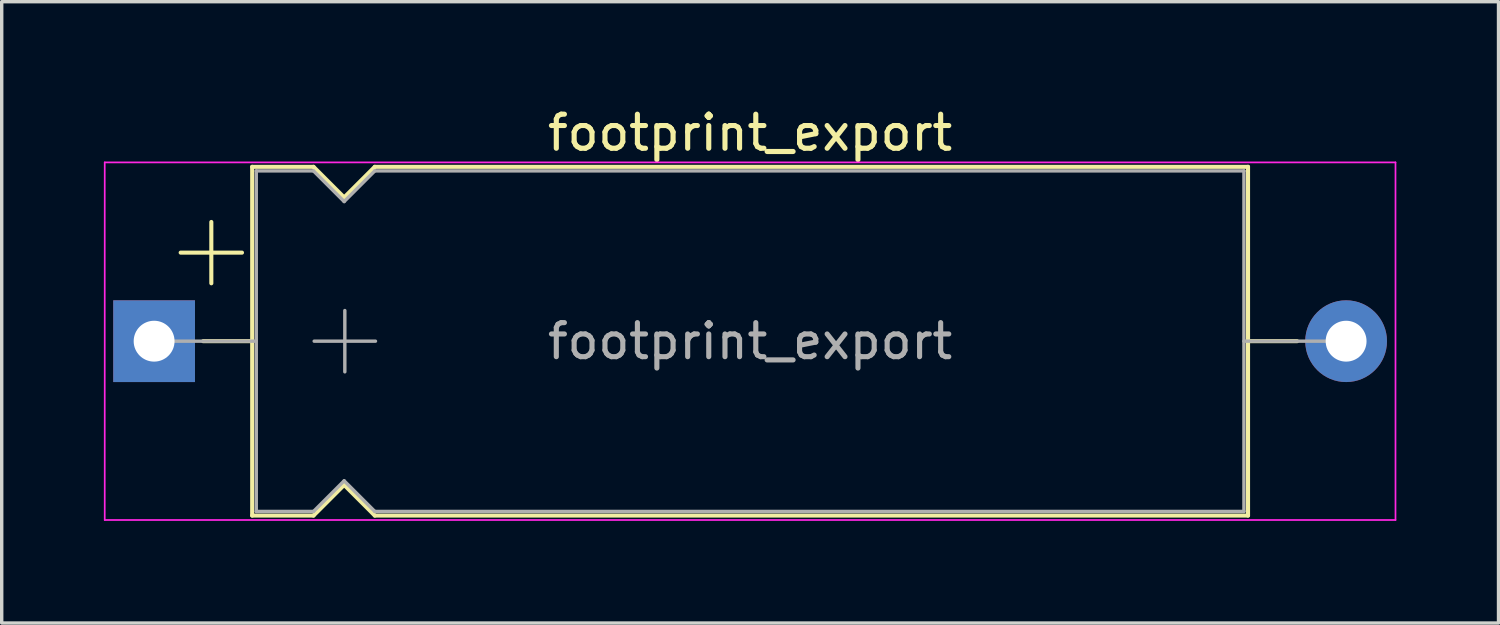
<source format=kicad_pcb>
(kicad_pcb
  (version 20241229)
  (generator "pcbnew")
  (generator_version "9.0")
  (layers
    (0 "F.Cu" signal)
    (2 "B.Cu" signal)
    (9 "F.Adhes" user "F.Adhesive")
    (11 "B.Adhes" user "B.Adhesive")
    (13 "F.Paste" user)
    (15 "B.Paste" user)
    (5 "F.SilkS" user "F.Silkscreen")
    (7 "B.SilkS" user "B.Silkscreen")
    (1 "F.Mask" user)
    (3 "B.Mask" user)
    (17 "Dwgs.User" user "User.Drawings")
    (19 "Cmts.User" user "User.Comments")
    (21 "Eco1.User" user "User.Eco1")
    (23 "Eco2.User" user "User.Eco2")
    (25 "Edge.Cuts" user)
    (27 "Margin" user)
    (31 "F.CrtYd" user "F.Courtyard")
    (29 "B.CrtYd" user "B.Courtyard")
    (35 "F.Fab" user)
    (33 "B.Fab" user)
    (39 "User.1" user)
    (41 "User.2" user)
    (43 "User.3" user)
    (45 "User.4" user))
  (footprint "footprint_export"
    (layer "F.Cu")
    (at 1.475 6.968)
    (property "Reference" "footprint_export" (at 17.5 -6.12 0) (layer "F.SilkS") (effects (font (size 1 1) (thickness 0.15))))
    (attr through_hole)
    (fp_line (start 0.78 -2.6) (end 2.58 -2.6) (stroke (width 0.12) (type solid)) (layer "F.SilkS"))
    (fp_line (start 1.44 0) (end 2.88 0) (stroke (width 0.12) (type solid)) (layer "F.SilkS"))
    (fp_line (start 1.68 -3.5) (end 1.68 -1.7) (stroke (width 0.12) (type solid)) (layer "F.SilkS"))
    (fp_line (start 2.88 -5.12) (end 2.88 5.12) (stroke (width 0.12) (type solid)) (layer "F.SilkS"))
    (fp_line (start 2.88 -5.12) (end 4.68 -5.12) (stroke (width 0.12) (type solid)) (layer "F.SilkS"))
    (fp_line (start 2.88 5.12) (end 4.68 5.12) (stroke (width 0.12) (type solid)) (layer "F.SilkS"))
    (fp_line (start 4.68 -5.12) (end 5.58 -4.22) (stroke (width 0.12) (type solid)) (layer "F.SilkS"))
    (fp_line (start 4.68 5.12) (end 5.58 4.22) (stroke (width 0.12) (type solid)) (layer "F.SilkS"))
    (fp_line (start 5.58 -4.22) (end 6.48 -5.12) (stroke (width 0.12) (type solid)) (layer "F.SilkS"))
    (fp_line (start 5.58 4.22) (end 6.48 5.12) (stroke (width 0.12) (type solid)) (layer "F.SilkS"))
    (fp_line (start 6.48 -5.12) (end 32.12 -5.12) (stroke (width 0.12) (type solid)) (layer "F.SilkS"))
    (fp_line (start 6.48 5.12) (end 32.12 5.12) (stroke (width 0.12) (type solid)) (layer "F.SilkS"))
    (fp_line (start 32.12 -5.12) (end 32.12 5.12) (stroke (width 0.12) (type solid)) (layer "F.SilkS"))
    (fp_line (start 33.56 0) (end 32.12 0) (stroke (width 0.12) (type solid)) (layer "F.SilkS"))
    (fp_line (start -1.45 -5.25) (end -1.45 5.25) (stroke (width 0.05) (type solid)) (layer "F.CrtYd"))
    (fp_line (start -1.45 5.25) (end 36.45 5.25) (stroke (width 0.05) (type solid)) (layer "F.CrtYd"))
    (fp_line (start 36.45 -5.25) (end -1.45 -5.25) (stroke (width 0.05) (type solid)) (layer "F.CrtYd"))
    (fp_line (start 36.45 5.25) (end 36.45 -5.25) (stroke (width 0.05) (type solid)) (layer "F.CrtYd"))
    (fp_line (start 0 0) (end 3 0) (stroke (width 0.1) (type solid)) (layer "F.Fab"))
    (fp_line (start 3 -5) (end 3 5) (stroke (width 0.1) (type solid)) (layer "F.Fab"))
    (fp_line (start 3 -5) (end 4.68 -5) (stroke (width 0.1) (type solid)) (layer "F.Fab"))
    (fp_line (start 3 5) (end 4.68 5) (stroke (width 0.1) (type solid)) (layer "F.Fab"))
    (fp_line (start 4.68 -5) (end 5.58 -4.1) (stroke (width 0.1) (type solid)) (layer "F.Fab"))
    (fp_line (start 4.68 5) (end 5.58 4.1) (stroke (width 0.1) (type solid)) (layer "F.Fab"))
    (fp_line (start 4.7 0) (end 6.5 0) (stroke (width 0.1) (type solid)) (layer "F.Fab"))
    (fp_line (start 5.58 -4.1) (end 6.48 -5) (stroke (width 0.1) (type solid)) (layer "F.Fab"))
    (fp_line (start 5.58 4.1) (end 6.48 5) (stroke (width 0.1) (type solid)) (layer "F.Fab"))
    (fp_line (start 5.6 -0.9) (end 5.6 0.9) (stroke (width 0.1) (type solid)) (layer "F.Fab"))
    (fp_line (start 6.48 -5) (end 32 -5) (stroke (width 0.1) (type solid)) (layer "F.Fab"))
    (fp_line (start 6.48 5) (end 32 5) (stroke (width 0.1) (type solid)) (layer "F.Fab"))
    (fp_line (start 32 -5) (end 32 5) (stroke (width 0.1) (type solid)) (layer "F.Fab"))
    (fp_line (start 35 0) (end 32 0) (stroke (width 0.1) (type solid)) (layer "F.Fab"))
    (fp_text user "${REFERENCE}" (at 17.5 0 0) (layer "F.Fab") (effects (font (size 1 1) (thickness 0.15))))
    (pad "1" thru_hole rect (at 0 0) (size 2.4 2.4) (drill 1.2) (layers "*.Cu" "*.Mask"))
    (pad "2" thru_hole oval (at 35 0) (size 2.4 2.4) (drill 1.2) (layers "*.Cu" "*.Mask")))
  (gr_rect
    (start -3 -3)
    (end 40.95 15.243)
    (stroke (width 0.1) (type default))
    (fill no)
    (layer "Edge.Cuts")))
</source>
